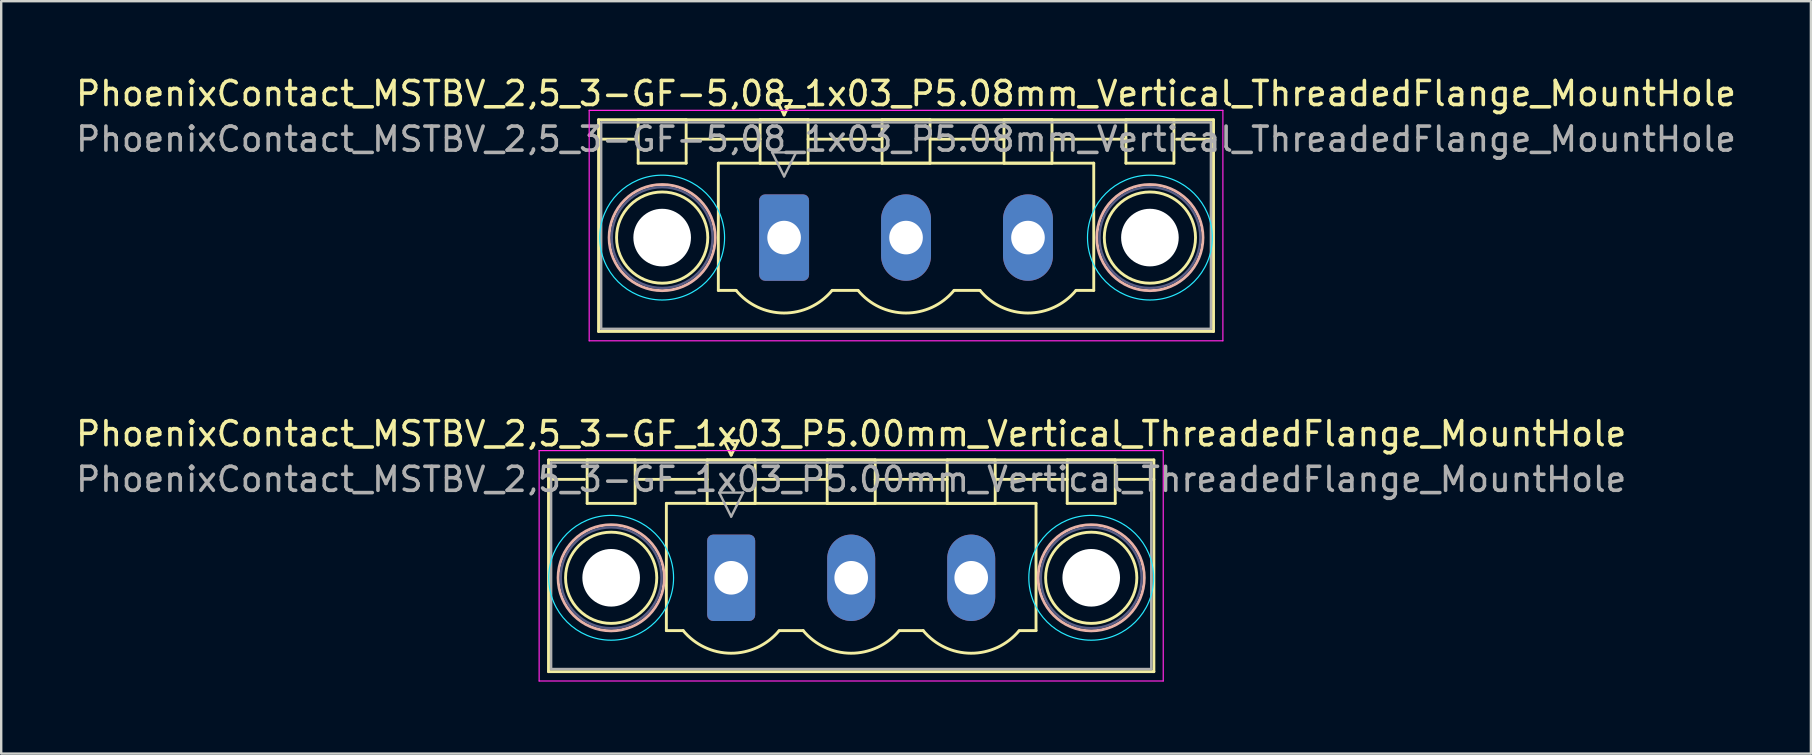
<source format=kicad_pcb>
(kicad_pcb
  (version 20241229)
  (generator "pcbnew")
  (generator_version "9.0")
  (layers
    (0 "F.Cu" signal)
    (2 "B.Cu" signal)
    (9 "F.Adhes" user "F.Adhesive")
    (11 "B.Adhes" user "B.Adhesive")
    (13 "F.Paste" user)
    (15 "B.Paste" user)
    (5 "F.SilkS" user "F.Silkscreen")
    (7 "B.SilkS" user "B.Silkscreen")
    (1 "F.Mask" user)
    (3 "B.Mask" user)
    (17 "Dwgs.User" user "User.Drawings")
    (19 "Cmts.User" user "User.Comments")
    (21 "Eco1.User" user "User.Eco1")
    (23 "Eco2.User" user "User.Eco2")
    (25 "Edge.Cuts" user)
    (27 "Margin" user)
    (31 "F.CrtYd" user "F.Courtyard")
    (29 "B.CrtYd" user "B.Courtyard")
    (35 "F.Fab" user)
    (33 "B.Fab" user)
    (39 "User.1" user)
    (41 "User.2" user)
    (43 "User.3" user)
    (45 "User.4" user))
  (footprint "PhoenixContact_MSTBV_2,5_3-GF_1x03_P5.00mm_Vertical_ThreadedFlange_MountHole"
    (layer "F.Cu")
    (at 27.411 21.021)
    (property "Reference" "PhoenixContact_MSTBV_2,5_3-GF_1x03_P5.00mm_Vertical_ThreadedFlange_MountHole" (at 5 -6 0) (layer "F.SilkS") (effects (font (size 1 1) (thickness 0.15))))
    (attr through_hole)
    (fp_line (start -7.61 -4.91) (end -7.61 3.91) (stroke (width 0.12) (type solid)) (layer "F.SilkS"))
    (fp_line (start -7.61 -4.1) (end -6.11 -4.1) (stroke (width 0.12) (type solid)) (layer "F.SilkS"))
    (fp_line (start -7.61 3.91) (end 17.61 3.91) (stroke (width 0.12) (type solid)) (layer "F.SilkS"))
    (fp_line (start -6 -4.91) (end -4 -4.91) (stroke (width 0.12) (type solid)) (layer "F.SilkS"))
    (fp_line (start -6 -3.1) (end -6 -4.91) (stroke (width 0.12) (type solid)) (layer "F.SilkS"))
    (fp_line (start -4 -4.91) (end -4 -3.1) (stroke (width 0.12) (type solid)) (layer "F.SilkS"))
    (fp_line (start -4 -4.1) (end -1 -4.1) (stroke (width 0.12) (type solid)) (layer "F.SilkS"))
    (fp_line (start -4 -3.1) (end -6 -3.1) (stroke (width 0.12) (type solid)) (layer "F.SilkS"))
    (fp_line (start -2.7 -3.1) (end 12.7 -3.1) (stroke (width 0.12) (type solid)) (layer "F.SilkS"))
    (fp_line (start -2.7 2.2) (end -2.7 -3.1) (stroke (width 0.12) (type solid)) (layer "F.SilkS"))
    (fp_line (start -2 2.2) (end -2.7 2.2) (stroke (width 0.12) (type solid)) (layer "F.SilkS"))
    (fp_line (start -1 -4.91) (end 1 -4.91) (stroke (width 0.12) (type solid)) (layer "F.SilkS"))
    (fp_line (start -1 -3.1) (end -1 -4.91) (stroke (width 0.12) (type solid)) (layer "F.SilkS"))
    (fp_line (start -0.3 -5.71) (end 0.3 -5.71) (stroke (width 0.12) (type solid)) (layer "F.SilkS"))
    (fp_line (start 0 -5.11) (end -0.3 -5.71) (stroke (width 0.12) (type solid)) (layer "F.SilkS"))
    (fp_line (start 0.3 -5.71) (end 0 -5.11) (stroke (width 0.12) (type solid)) (layer "F.SilkS"))
    (fp_line (start 1 -4.91) (end 1 -3.1) (stroke (width 0.12) (type solid)) (layer "F.SilkS"))
    (fp_line (start 1 -4.1) (end 4 -4.1) (stroke (width 0.12) (type solid)) (layer "F.SilkS"))
    (fp_line (start 1 -3.1) (end -1 -3.1) (stroke (width 0.12) (type solid)) (layer "F.SilkS"))
    (fp_line (start 2 2.2) (end 3 2.2) (stroke (width 0.12) (type solid)) (layer "F.SilkS"))
    (fp_line (start 4 -4.91) (end 6 -4.91) (stroke (width 0.12) (type solid)) (layer "F.SilkS"))
    (fp_line (start 4 -3.1) (end 4 -4.91) (stroke (width 0.12) (type solid)) (layer "F.SilkS"))
    (fp_line (start 6 -4.91) (end 6 -3.1) (stroke (width 0.12) (type solid)) (layer "F.SilkS"))
    (fp_line (start 6 -4.1) (end 9 -4.1) (stroke (width 0.12) (type solid)) (layer "F.SilkS"))
    (fp_line (start 6 -3.1) (end 4 -3.1) (stroke (width 0.12) (type solid)) (layer "F.SilkS"))
    (fp_line (start 7 2.2) (end 8 2.2) (stroke (width 0.12) (type solid)) (layer "F.SilkS"))
    (fp_line (start 9 -4.91) (end 11 -4.91) (stroke (width 0.12) (type solid)) (layer "F.SilkS"))
    (fp_line (start 9 -3.1) (end 9 -4.91) (stroke (width 0.12) (type solid)) (layer "F.SilkS"))
    (fp_line (start 11 -4.91) (end 11 -3.1) (stroke (width 0.12) (type solid)) (layer "F.SilkS"))
    (fp_line (start 11 -4.1) (end 14 -4.1) (stroke (width 0.12) (type solid)) (layer "F.SilkS"))
    (fp_line (start 11 -3.1) (end 9 -3.1) (stroke (width 0.12) (type solid)) (layer "F.SilkS"))
    (fp_line (start 12.7 -3.1) (end 12.7 2.2) (stroke (width 0.12) (type solid)) (layer "F.SilkS"))
    (fp_line (start 12.7 2.2) (end 12 2.2) (stroke (width 0.12) (type solid)) (layer "F.SilkS"))
    (fp_line (start 14 -4.91) (end 16 -4.91) (stroke (width 0.12) (type solid)) (layer "F.SilkS"))
    (fp_line (start 14 -3.1) (end 14 -4.91) (stroke (width 0.12) (type solid)) (layer "F.SilkS"))
    (fp_line (start 16 -4.91) (end 16 -3.1) (stroke (width 0.12) (type solid)) (layer "F.SilkS"))
    (fp_line (start 16 -3.1) (end 14 -3.1) (stroke (width 0.12) (type solid)) (layer "F.SilkS"))
    (fp_line (start 17.61 -4.91) (end -7.61 -4.91) (stroke (width 0.12) (type solid)) (layer "F.SilkS"))
    (fp_line (start 17.61 -4.1) (end 16.11 -4.1) (stroke (width 0.12) (type solid)) (layer "F.SilkS"))
    (fp_line (start 17.61 3.91) (end 17.61 -4.91) (stroke (width 0.12) (type solid)) (layer "F.SilkS"))
    (fp_arc (start 1.986842 2.215821) (mid -0.010289 3.142758) (end -2 2.2) (stroke (width 0.12) (type solid)) (layer "F.SilkS"))
    (fp_arc (start 6.986842 2.215821) (mid 4.989711 3.142758) (end 3 2.2) (stroke (width 0.12) (type solid)) (layer "F.SilkS"))
    (fp_arc (start 11.986842 2.215821) (mid 9.989711 3.142758) (end 8 2.2) (stroke (width 0.12) (type solid)) (layer "F.SilkS"))
    (fp_circle (center -5 0) (end -3.1 0) (stroke (width 0.12) (type solid)) (fill no) (layer "F.SilkS"))
    (fp_circle (center 15 0) (end 16.9 0) (stroke (width 0.12) (type solid)) (fill no) (layer "F.SilkS"))
    (fp_circle (center -5 0) (end -2.79 0) (stroke (width 0.12) (type solid)) (fill no) (layer "B.SilkS"))
    (fp_circle (center 15 0) (end 17.21 0) (stroke (width 0.12) (type solid)) (fill no) (layer "B.SilkS"))
    (fp_circle (center -5 0) (end -2.4 0) (stroke (width 0.05) (type solid)) (fill no) (layer "B.CrtYd"))
    (fp_circle (center 15 0) (end 17.6 0) (stroke (width 0.05) (type solid)) (fill no) (layer "B.CrtYd"))
    (fp_line (start -8 -5.3) (end -8 4.3) (stroke (width 0.05) (type solid)) (layer "F.CrtYd"))
    (fp_line (start -8 4.3) (end 18 4.3) (stroke (width 0.05) (type solid)) (layer "F.CrtYd"))
    (fp_line (start 18 -5.3) (end -8 -5.3) (stroke (width 0.05) (type solid)) (layer "F.CrtYd"))
    (fp_line (start 18 4.3) (end 18 -5.3) (stroke (width 0.05) (type solid)) (layer "F.CrtYd"))
    (fp_circle (center -5 0) (end -2.9 0) (stroke (width 0.1) (type solid)) (fill no) (layer "B.Fab"))
    (fp_circle (center 15 0) (end 17.1 0) (stroke (width 0.1) (type solid)) (fill no) (layer "B.Fab"))
    (fp_line (start -7.5 -4.8) (end -7.5 3.8) (stroke (width 0.1) (type solid)) (layer "F.Fab"))
    (fp_line (start -7.5 3.8) (end 17.5 3.8) (stroke (width 0.1) (type solid)) (layer "F.Fab"))
    (fp_line (start -0.5 -3.55) (end 0.5 -3.55) (stroke (width 0.1) (type solid)) (layer "F.Fab"))
    (fp_line (start 0 -2.55) (end -0.5 -3.55) (stroke (width 0.1) (type solid)) (layer "F.Fab"))
    (fp_line (start 0.5 -3.55) (end 0 -2.55) (stroke (width 0.1) (type solid)) (layer "F.Fab"))
    (fp_line (start 17.5 -4.8) (end -7.5 -4.8) (stroke (width 0.1) (type solid)) (layer "F.Fab"))
    (fp_line (start 17.5 3.8) (end 17.5 -4.8) (stroke (width 0.1) (type solid)) (layer "F.Fab"))
    (fp_text user "${REFERENCE}" (at 5 -4.1 0) (layer "F.Fab") (effects (font (size 1 1) (thickness 0.15))))
    (pad "" np_thru_hole circle (at -5 0) (size 2.4 2.4) (drill 2.4) (layers "*.Cu" "*.Mask"))
    (pad "" np_thru_hole circle (at 15 0) (size 2.4 2.4) (drill 2.4) (layers "*.Cu" "*.Mask"))
    (pad "1" thru_hole roundrect (at 0 0) (size 2 3.6) (drill 1.4) (layers "*.Cu" "*.Mask") (roundrect_rratio 0.125))
    (pad "2" thru_hole oval (at 5 0) (size 2 3.6) (drill 1.4) (layers "*.Cu" "*.Mask"))
    (pad "3" thru_hole oval (at 10 0) (size 2 3.6) (drill 1.4) (layers "*.Cu" "*.Mask")))
  (footprint "PhoenixContact_MSTBV_2,5_3-GF-5,08_1x03_P5.08mm_Vertical_ThreadedFlange_MountHole"
    (layer "F.Cu")
    (at 29.616 6.848)
    (property "Reference" "PhoenixContact_MSTBV_2,5_3-GF-5,08_1x03_P5.08mm_Vertical_ThreadedFlange_MountHole" (at 5.08 -6 0) (layer "F.SilkS") (effects (font (size 1 1) (thickness 0.15))))
    (attr through_hole)
    (fp_line (start -7.73 -4.91) (end -7.73 3.91) (stroke (width 0.12) (type solid)) (layer "F.SilkS"))
    (fp_line (start -7.73 -4.1) (end -6.19 -4.1) (stroke (width 0.12) (type solid)) (layer "F.SilkS"))
    (fp_line (start -7.73 3.91) (end 17.89 3.91) (stroke (width 0.12) (type solid)) (layer "F.SilkS"))
    (fp_line (start -6.08 -4.91) (end -4.08 -4.91) (stroke (width 0.12) (type solid)) (layer "F.SilkS"))
    (fp_line (start -6.08 -3.1) (end -6.08 -4.91) (stroke (width 0.12) (type solid)) (layer "F.SilkS"))
    (fp_line (start -4.08 -4.91) (end -4.08 -3.1) (stroke (width 0.12) (type solid)) (layer "F.SilkS"))
    (fp_line (start -4.08 -4.1) (end -1 -4.1) (stroke (width 0.12) (type solid)) (layer "F.SilkS"))
    (fp_line (start -4.08 -3.1) (end -6.08 -3.1) (stroke (width 0.12) (type solid)) (layer "F.SilkS"))
    (fp_line (start -2.74 -3.1) (end 12.9 -3.1) (stroke (width 0.12) (type solid)) (layer "F.SilkS"))
    (fp_line (start -2.74 2.2) (end -2.74 -3.1) (stroke (width 0.12) (type solid)) (layer "F.SilkS"))
    (fp_line (start -2 2.2) (end -2.74 2.2) (stroke (width 0.12) (type solid)) (layer "F.SilkS"))
    (fp_line (start -1 -4.91) (end 1 -4.91) (stroke (width 0.12) (type solid)) (layer "F.SilkS"))
    (fp_line (start -1 -3.1) (end -1 -4.91) (stroke (width 0.12) (type solid)) (layer "F.SilkS"))
    (fp_line (start -0.3 -5.71) (end 0.3 -5.71) (stroke (width 0.12) (type solid)) (layer "F.SilkS"))
    (fp_line (start 0 -5.11) (end -0.3 -5.71) (stroke (width 0.12) (type solid)) (layer "F.SilkS"))
    (fp_line (start 0.3 -5.71) (end 0 -5.11) (stroke (width 0.12) (type solid)) (layer "F.SilkS"))
    (fp_line (start 1 -4.91) (end 1 -3.1) (stroke (width 0.12) (type solid)) (layer "F.SilkS"))
    (fp_line (start 1 -4.1) (end 4.08 -4.1) (stroke (width 0.12) (type solid)) (layer "F.SilkS"))
    (fp_line (start 1 -3.1) (end -1 -3.1) (stroke (width 0.12) (type solid)) (layer "F.SilkS"))
    (fp_line (start 2 2.2) (end 3.08 2.2) (stroke (width 0.12) (type solid)) (layer "F.SilkS"))
    (fp_line (start 4.08 -4.91) (end 6.08 -4.91) (stroke (width 0.12) (type solid)) (layer "F.SilkS"))
    (fp_line (start 4.08 -3.1) (end 4.08 -4.91) (stroke (width 0.12) (type solid)) (layer "F.SilkS"))
    (fp_line (start 6.08 -4.91) (end 6.08 -3.1) (stroke (width 0.12) (type solid)) (layer "F.SilkS"))
    (fp_line (start 6.08 -4.1) (end 9.16 -4.1) (stroke (width 0.12) (type solid)) (layer "F.SilkS"))
    (fp_line (start 6.08 -3.1) (end 4.08 -3.1) (stroke (width 0.12) (type solid)) (layer "F.SilkS"))
    (fp_line (start 7.08 2.2) (end 8.16 2.2) (stroke (width 0.12) (type solid)) (layer "F.SilkS"))
    (fp_line (start 9.16 -4.91) (end 11.16 -4.91) (stroke (width 0.12) (type solid)) (layer "F.SilkS"))
    (fp_line (start 9.16 -3.1) (end 9.16 -4.91) (stroke (width 0.12) (type solid)) (layer "F.SilkS"))
    (fp_line (start 11.16 -4.91) (end 11.16 -3.1) (stroke (width 0.12) (type solid)) (layer "F.SilkS"))
    (fp_line (start 11.16 -4.1) (end 14.24 -4.1) (stroke (width 0.12) (type solid)) (layer "F.SilkS"))
    (fp_line (start 11.16 -3.1) (end 9.16 -3.1) (stroke (width 0.12) (type solid)) (layer "F.SilkS"))
    (fp_line (start 12.9 -3.1) (end 12.9 2.2) (stroke (width 0.12) (type solid)) (layer "F.SilkS"))
    (fp_line (start 12.9 2.2) (end 12.16 2.2) (stroke (width 0.12) (type solid)) (layer "F.SilkS"))
    (fp_line (start 14.24 -4.91) (end 16.24 -4.91) (stroke (width 0.12) (type solid)) (layer "F.SilkS"))
    (fp_line (start 14.24 -3.1) (end 14.24 -4.91) (stroke (width 0.12) (type solid)) (layer "F.SilkS"))
    (fp_line (start 16.24 -4.91) (end 16.24 -3.1) (stroke (width 0.12) (type solid)) (layer "F.SilkS"))
    (fp_line (start 16.24 -3.1) (end 14.24 -3.1) (stroke (width 0.12) (type solid)) (layer "F.SilkS"))
    (fp_line (start 17.89 -4.91) (end -7.73 -4.91) (stroke (width 0.12) (type solid)) (layer "F.SilkS"))
    (fp_line (start 17.89 -4.1) (end 16.35 -4.1) (stroke (width 0.12) (type solid)) (layer "F.SilkS"))
    (fp_line (start 17.89 3.91) (end 17.89 -4.91) (stroke (width 0.12) (type solid)) (layer "F.SilkS"))
    (fp_arc (start 1.986842 2.215821) (mid -0.010289 3.142758) (end -2 2.2) (stroke (width 0.12) (type solid)) (layer "F.SilkS"))
    (fp_arc (start 7.066842 2.215821) (mid 5.069711 3.142758) (end 3.08 2.2) (stroke (width 0.12) (type solid)) (layer "F.SilkS"))
    (fp_arc (start 12.146842 2.215821) (mid 10.149711 3.142758) (end 8.16 2.2) (stroke (width 0.12) (type solid)) (layer "F.SilkS"))
    (fp_circle (center -5.08 0) (end -3.18 0) (stroke (width 0.12) (type solid)) (fill no) (layer "F.SilkS"))
    (fp_circle (center 15.24 0) (end 17.14 0) (stroke (width 0.12) (type solid)) (fill no) (layer "F.SilkS"))
    (fp_circle (center -5.08 0) (end -2.87 0) (stroke (width 0.12) (type solid)) (fill no) (layer "B.SilkS"))
    (fp_circle (center 15.24 0) (end 17.45 0) (stroke (width 0.12) (type solid)) (fill no) (layer "B.SilkS"))
    (fp_circle (center -5.08 0) (end -2.48 0) (stroke (width 0.05) (type solid)) (fill no) (layer "B.CrtYd"))
    (fp_circle (center 15.24 0) (end 17.84 0) (stroke (width 0.05) (type solid)) (fill no) (layer "B.CrtYd"))
    (fp_line (start -8.12 -5.3) (end -8.12 4.3) (stroke (width 0.05) (type solid)) (layer "F.CrtYd"))
    (fp_line (start -8.12 4.3) (end 18.28 4.3) (stroke (width 0.05) (type solid)) (layer "F.CrtYd"))
    (fp_line (start 18.28 -5.3) (end -8.12 -5.3) (stroke (width 0.05) (type solid)) (layer "F.CrtYd"))
    (fp_line (start 18.28 4.3) (end 18.28 -5.3) (stroke (width 0.05) (type solid)) (layer "F.CrtYd"))
    (fp_circle (center -5.08 0) (end -2.98 0) (stroke (width 0.1) (type solid)) (fill no) (layer "B.Fab"))
    (fp_circle (center 15.24 0) (end 17.34 0) (stroke (width 0.1) (type solid)) (fill no) (layer "B.Fab"))
    (fp_line (start -7.62 -4.8) (end -7.62 3.8) (stroke (width 0.1) (type solid)) (layer "F.Fab"))
    (fp_line (start -7.62 3.8) (end 17.78 3.8) (stroke (width 0.1) (type solid)) (layer "F.Fab"))
    (fp_line (start -0.5 -3.55) (end 0.5 -3.55) (stroke (width 0.1) (type solid)) (layer "F.Fab"))
    (fp_line (start 0 -2.55) (end -0.5 -3.55) (stroke (width 0.1) (type solid)) (layer "F.Fab"))
    (fp_line (start 0.5 -3.55) (end 0 -2.55) (stroke (width 0.1) (type solid)) (layer "F.Fab"))
    (fp_line (start 17.78 -4.8) (end -7.62 -4.8) (stroke (width 0.1) (type solid)) (layer "F.Fab"))
    (fp_line (start 17.78 3.8) (end 17.78 -4.8) (stroke (width 0.1) (type solid)) (layer "F.Fab"))
    (fp_text user "${REFERENCE}" (at 5.08 -4.1 0) (layer "F.Fab") (effects (font (size 1 1) (thickness 0.15))))
    (pad "" np_thru_hole circle (at -5.08 0) (size 2.4 2.4) (drill 2.4) (layers "*.Cu" "*.Mask"))
    (pad "" np_thru_hole circle (at 15.24 0) (size 2.4 2.4) (drill 2.4) (layers "*.Cu" "*.Mask"))
    (pad "1" thru_hole roundrect (at 0 0) (size 2.08 3.6) (drill 1.4) (layers "*.Cu" "*.Mask") (roundrect_rratio 0.12))
    (pad "2" thru_hole oval (at 5.08 0) (size 2.08 3.6) (drill 1.4) (layers "*.Cu" "*.Mask"))
    (pad "3" thru_hole oval (at 10.16 0) (size 2.08 3.6) (drill 1.4) (layers "*.Cu" "*.Mask")))
  (gr_rect
    (start -3 -3)
    (end 72.393 28.346)
    (stroke (width 0.1) (type default))
    (fill no)
    (layer "Edge.Cuts")))
</source>
